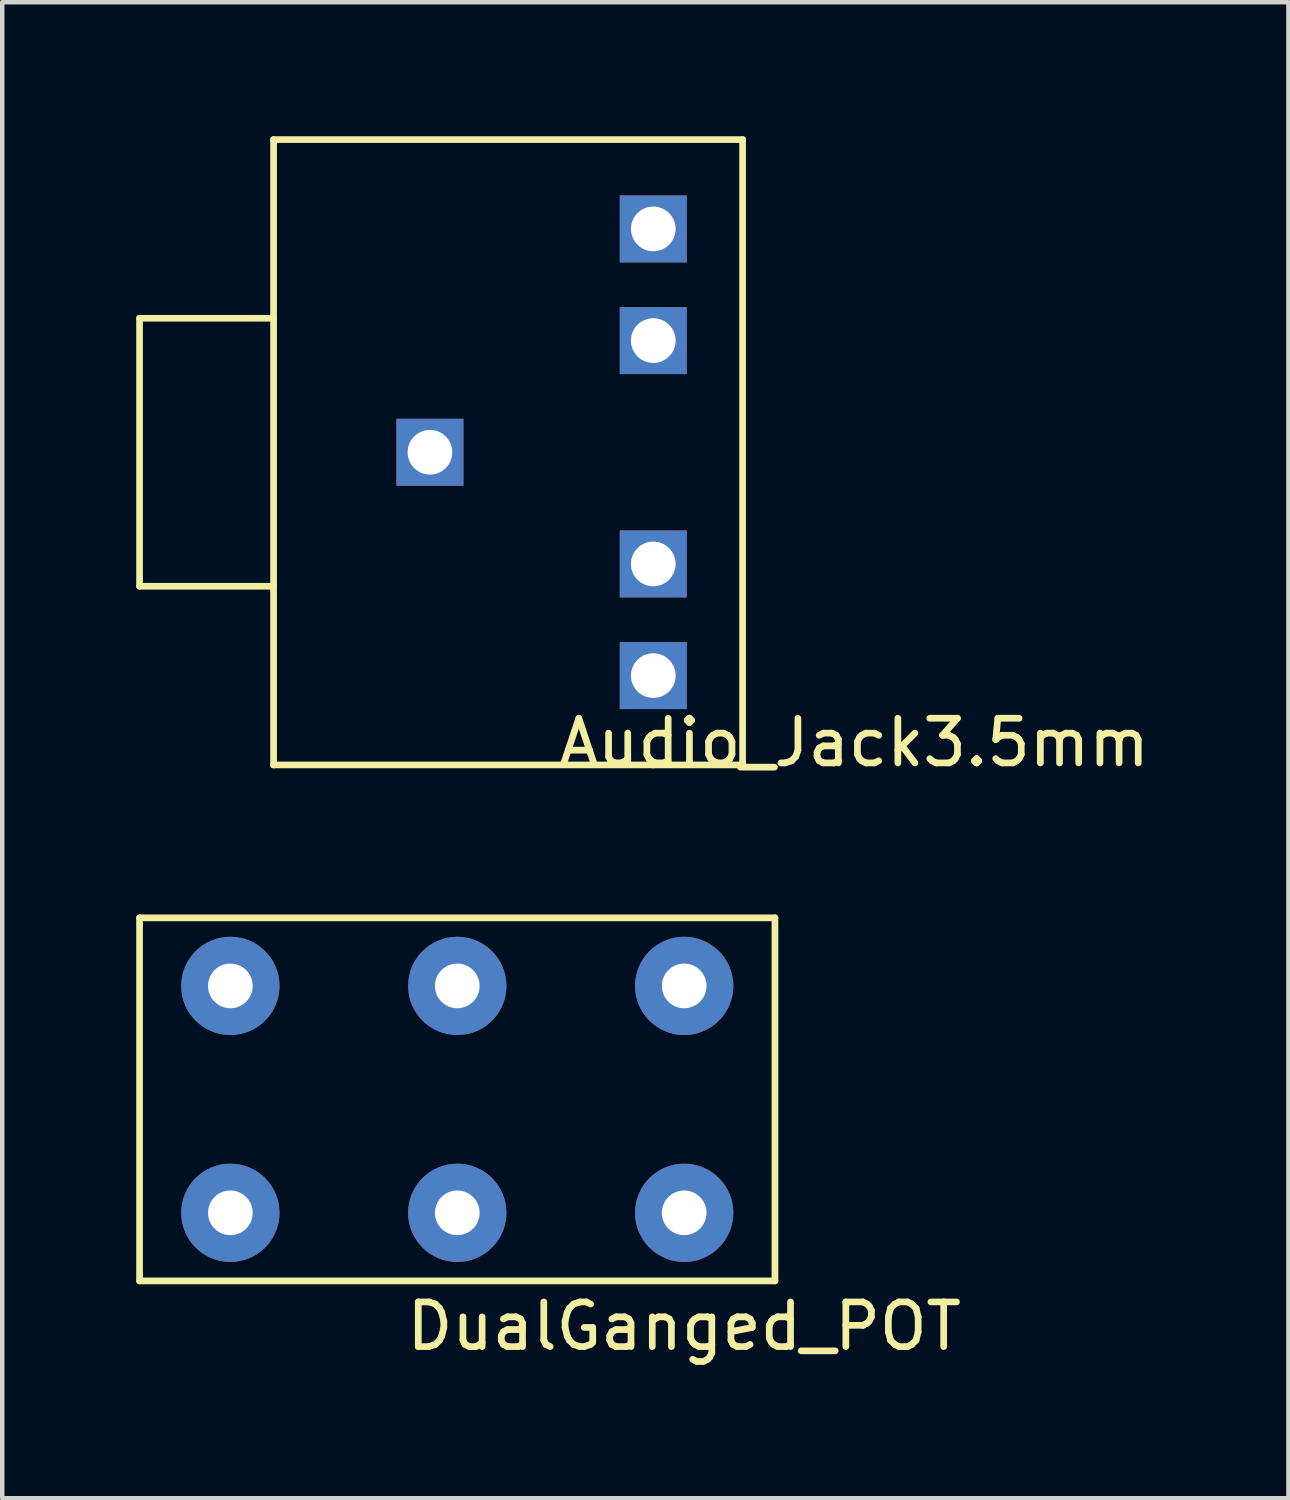
<source format=kicad_pcb>
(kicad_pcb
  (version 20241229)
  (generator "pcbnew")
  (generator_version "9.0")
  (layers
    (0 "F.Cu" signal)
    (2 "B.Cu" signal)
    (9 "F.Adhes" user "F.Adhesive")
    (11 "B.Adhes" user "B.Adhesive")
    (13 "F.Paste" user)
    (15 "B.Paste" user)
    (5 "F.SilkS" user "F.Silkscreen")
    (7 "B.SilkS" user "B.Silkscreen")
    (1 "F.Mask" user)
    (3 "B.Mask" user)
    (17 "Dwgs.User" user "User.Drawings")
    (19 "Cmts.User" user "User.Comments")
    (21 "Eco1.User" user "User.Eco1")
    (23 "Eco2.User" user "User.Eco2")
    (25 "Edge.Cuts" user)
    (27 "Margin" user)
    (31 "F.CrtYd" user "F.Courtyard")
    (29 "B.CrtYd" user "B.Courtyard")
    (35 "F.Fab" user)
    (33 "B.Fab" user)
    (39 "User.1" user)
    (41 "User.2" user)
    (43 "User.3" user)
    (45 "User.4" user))
  (footprint "Audio_Jack3.5mm"
    (layer "F.Cu")
    (at 6.575 7.075)
    (property "Reference" "Audio_Jack3.5mm" (at 9.5 6.5 0) (layer "F.SilkS") (effects (font (size 1 1) (thickness 0.15))))
    (attr through_hole)
    (fp_line (start -6.5 -3) (end -6.5 3) (stroke (width 0.15) (type solid)) (layer "F.SilkS"))
    (fp_line (start -6.5 3) (end -3.5 3) (stroke (width 0.15) (type solid)) (layer "F.SilkS"))
    (fp_line (start -3.5 -7) (end -3.5 7) (stroke (width 0.15) (type solid)) (layer "F.SilkS"))
    (fp_line (start -3.5 -3) (end -6.5 -3) (stroke (width 0.15) (type solid)) (layer "F.SilkS"))
    (fp_line (start -3.5 7) (end 5 7) (stroke (width 0.15) (type solid)) (layer "F.SilkS"))
    (fp_line (start 5 7) (end 7 7) (stroke (width 0.15) (type solid)) (layer "F.SilkS"))
    (fp_line (start 7 -7) (end -3.5 -7) (stroke (width 0.15) (type solid)) (layer "F.SilkS"))
    (fp_line (start 7 7) (end 7 -7) (stroke (width 0.15) (type solid)) (layer "F.SilkS"))
    (pad "1" thru_hole rect (at 0 0) (size 1.5 1.5) (drill 1) (layers "*.Cu" "*.Mask"))
    (pad "2" thru_hole rect (at 5 -5) (size 1.5 1.5) (drill 1) (layers "*.Cu" "*.Mask"))
    (pad "3" thru_hole rect (at 5 -2.5) (size 1.5 1.5) (drill 1) (layers "*.Cu" "*.Mask"))
    (pad "4" thru_hole rect (at 5 2.5) (size 1.5 1.5) (drill 1) (layers "*.Cu" "*.Mask"))
    (pad "5" thru_hole rect (at 5 5) (size 1.5 1.5) (drill 1) (layers "*.Cu" "*.Mask")))
  (footprint "DualGanged_POT"
    (layer "F.Cu")
    (at 2.107 19.022)
    (property "Reference" "DualGanged_POT" (at 10.16 7.62 0) (layer "F.SilkS") (effects (font (size 1 1) (thickness 0.15))))
    (attr through_hole)
    (fp_line (start -2.032 -1.524) (end 12.192 -1.524) (stroke (width 0.15) (type solid)) (layer "F.SilkS"))
    (fp_line (start -2.032 6.604) (end -2.032 -1.524) (stroke (width 0.15) (type solid)) (layer "F.SilkS"))
    (fp_line (start 12.192 -1.524) (end 12.192 6.604) (stroke (width 0.15) (type solid)) (layer "F.SilkS"))
    (fp_line (start 12.192 6.604) (end -2.032 6.604) (stroke (width 0.15) (type solid)) (layer "F.SilkS"))
    (pad "1" thru_hole circle (at 0 0) (size 2.2 2.2) (drill 1) (layers "*.Cu" "*.Mask"))
    (pad "2" thru_hole circle (at 5.08 0) (size 2.2 2.2) (drill 1) (layers "*.Cu" "*.Mask"))
    (pad "3" thru_hole circle (at 10.16 0) (size 2.2 2.2) (drill 1) (layers "*.Cu" "*.Mask"))
    (pad "4" thru_hole circle (at 10.16 5.08) (size 2.2 2.2) (drill 1) (layers "*.Cu" "*.Mask"))
    (pad "5" thru_hole circle (at 5.08 5.08) (size 2.2 2.2) (drill 1) (layers "*.Cu" "*.Mask"))
    (pad "6" thru_hole circle (at 0 5.08) (size 2.2 2.2) (drill 1) (layers "*.Cu" "*.Mask")))
  (gr_rect
    (start -3 -3)
    (end 25.795 30.491)
    (stroke (width 0.1) (type default))
    (fill no)
    (layer "Edge.Cuts")))
</source>
